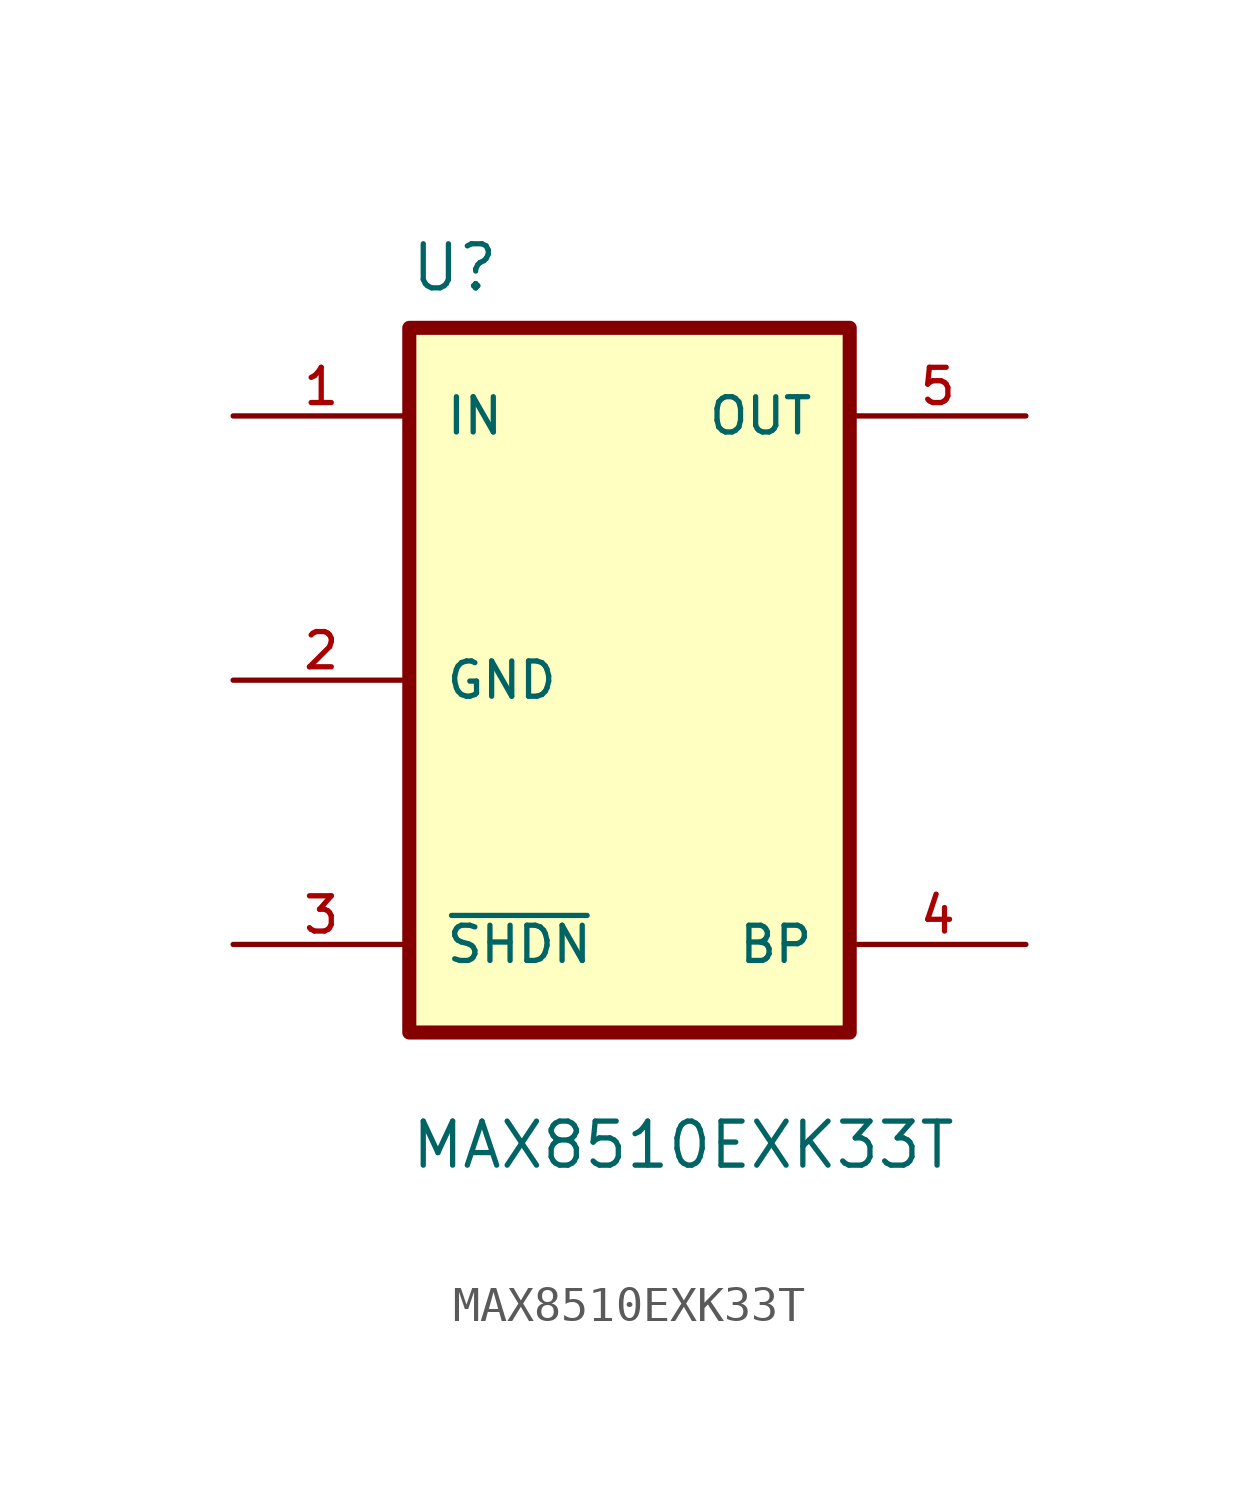
<source format=kicad_sym>
(kicad_symbol_lib
  (version 20211014)
  (generator kicad_symbol_editor)
  (symbol "MAX8510EXK33T"
    (pin_names
      (offset 1.016))
    (property "Reference" "U"
      (at -12.7 11.151 0)
      (effects (font (size 1.27 1.27)) (justify left bottom)))
    (property "Value" "MAX8510EXK33T"
      (at -12.7 -14.148 0)
      (effects (font (size 1.27 1.27)) (justify left bottom)))
    (property "ki_locked" ""
      (at 0 0 0)
      (effects (font (size 1.27 1.27))))
    (symbol "MAX8510EXK33T_0_0"
      (rectangle (start -12.7 10.16) (end 0 -10.16) (stroke (width 0.406) (type default) (color 0 0 0 0)) (fill (type background)))
      (pin input line (at -17.78 7.62 0) (length 5.08) (name "IN" (effects (font (size 1.016 1.016)))) (number "1" (effects (font (size 1.016 1.016)))))
      (pin power_in line (at -17.78 0 0) (length 5.08) (name "GND" (effects (font (size 1.016 1.016)))) (number "2" (effects (font (size 1.016 1.016)))))
      (pin bidirectional line (at -17.78 -7.62 0) (length 5.08) (name "~{SHDN}" (effects (font (size 1.016 1.016)))) (number "3" (effects (font (size 1.016 1.016)))))
      (pin bidirectional line (at 5.08 -7.62 180) (length 5.08) (name "BP" (effects (font (size 1.016 1.016)))) (number "4" (effects (font (size 1.016 1.016)))))
      (pin output line (at 5.08 7.62 180) (length 5.08) (name "OUT" (effects (font (size 1.016 1.016)))) (number "5" (effects (font (size 1.016 1.016))))))))
</source>
